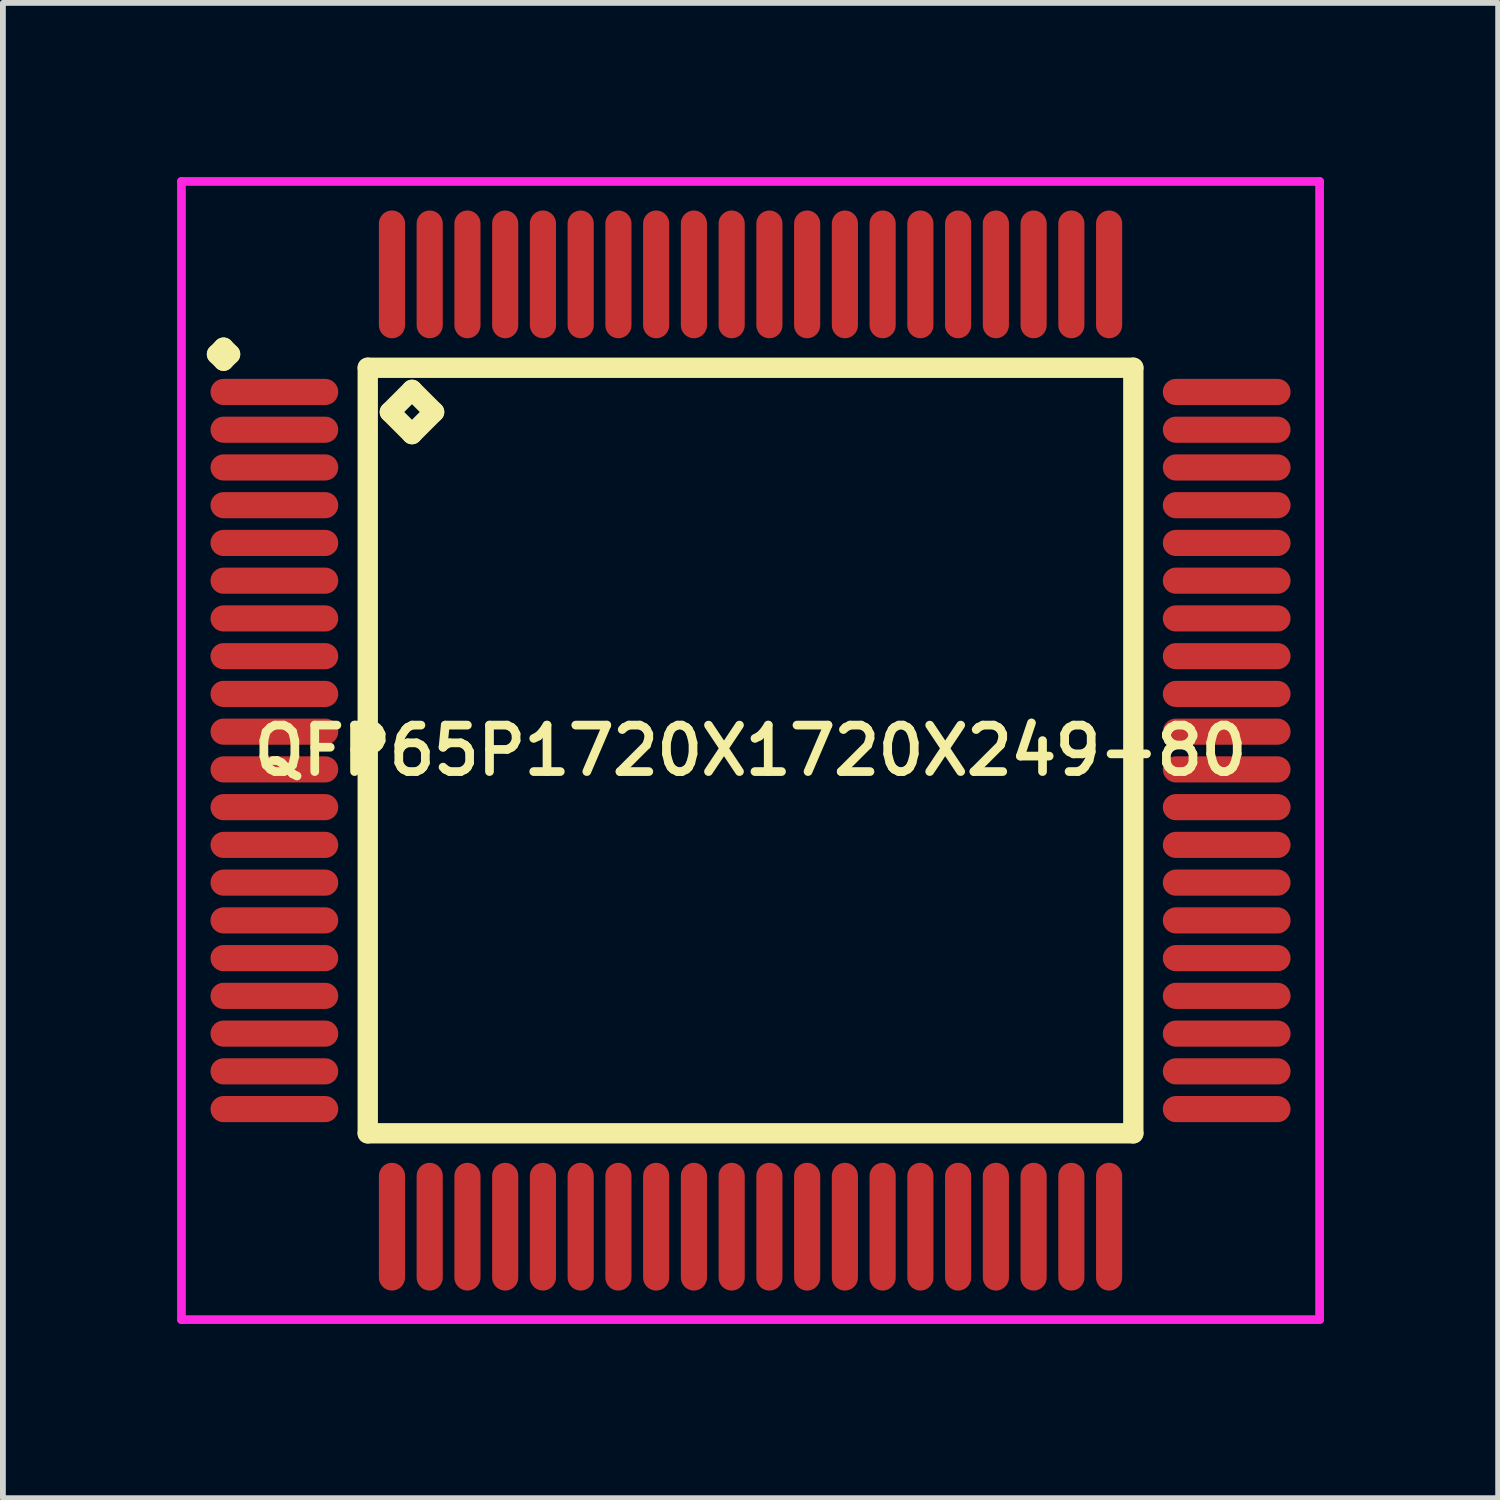
<source format=kicad_pcb>
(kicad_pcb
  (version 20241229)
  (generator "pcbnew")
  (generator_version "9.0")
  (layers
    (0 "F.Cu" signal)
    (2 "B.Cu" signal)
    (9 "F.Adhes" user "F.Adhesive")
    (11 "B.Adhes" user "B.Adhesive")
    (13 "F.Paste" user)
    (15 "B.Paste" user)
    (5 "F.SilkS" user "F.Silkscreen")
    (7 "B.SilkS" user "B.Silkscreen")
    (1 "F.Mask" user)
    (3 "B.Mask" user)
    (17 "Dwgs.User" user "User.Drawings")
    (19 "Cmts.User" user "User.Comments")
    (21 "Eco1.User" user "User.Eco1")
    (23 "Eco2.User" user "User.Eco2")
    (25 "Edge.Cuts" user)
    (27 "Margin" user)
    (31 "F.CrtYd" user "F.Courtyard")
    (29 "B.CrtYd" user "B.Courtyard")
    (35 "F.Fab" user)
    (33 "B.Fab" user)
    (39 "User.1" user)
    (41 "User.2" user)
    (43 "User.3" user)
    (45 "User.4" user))
  (footprint "QFP65P1720X1720X249-80"
    (layer "F.Cu")
    (at 9.875 9.875)
    (property "Reference" "QFP65P1720X1720X249-80" (at 0 0 0) (layer "F.SilkS") (effects (font (size 0.8 0.8) (thickness 0.15))))
    (attr smd)
    (fp_line (start -9.188 -6.825) (end -9.075 -6.938) (stroke (width 0.35) (type solid)) (layer "F.SilkS"))
    (fp_line (start -9.075 -6.938) (end -8.963 -6.825) (stroke (width 0.35) (type solid)) (layer "F.SilkS"))
    (fp_line (start -9.075 -6.713) (end -9.188 -6.825) (stroke (width 0.35) (type solid)) (layer "F.SilkS"))
    (fp_line (start -8.963 -6.825) (end -9.075 -6.713) (stroke (width 0.35) (type solid)) (layer "F.SilkS"))
    (fp_line (start -6.592 -6.592) (end -6.592 6.592) (stroke (width 0.35) (type solid)) (layer "F.SilkS"))
    (fp_line (start -6.592 6.592) (end 6.592 6.592) (stroke (width 0.35) (type solid)) (layer "F.SilkS"))
    (fp_line (start -6.211 -5.83) (end -5.83 -6.211) (stroke (width 0.35) (type solid)) (layer "F.SilkS"))
    (fp_line (start -5.83 -6.211) (end -5.449 -5.83) (stroke (width 0.35) (type solid)) (layer "F.SilkS"))
    (fp_line (start -5.83 -5.449) (end -6.211 -5.83) (stroke (width 0.35) (type solid)) (layer "F.SilkS"))
    (fp_line (start -5.449 -5.83) (end -5.83 -5.449) (stroke (width 0.35) (type solid)) (layer "F.SilkS"))
    (fp_line (start 6.592 -6.592) (end -6.592 -6.592) (stroke (width 0.35) (type solid)) (layer "F.SilkS"))
    (fp_line (start 6.592 6.592) (end 6.592 -6.592) (stroke (width 0.35) (type solid)) (layer "F.SilkS"))
    (fp_line (start -9.8 -9.8) (end 9.8 -9.8) (stroke (width 0.15) (type solid)) (layer "F.CrtYd"))
    (fp_line (start -9.8 9.8) (end -9.8 -9.8) (stroke (width 0.15) (type solid)) (layer "F.CrtYd"))
    (fp_line (start 9.8 -9.8) (end 9.8 9.8) (stroke (width 0.15) (type solid)) (layer "F.CrtYd"))
    (fp_line (start 9.8 9.8) (end -9.8 9.8) (stroke (width 0.15) (type solid)) (layer "F.CrtYd"))
    (pad "1" smd oval (at -8.2 -6.175) (size 2.2 0.45) (layers "F.Cu" "F.Mask" "F.Paste"))
    (pad "2" smd oval (at -8.2 -5.525) (size 2.2 0.45) (layers "F.Cu" "F.Mask" "F.Paste"))
    (pad "3" smd oval (at -8.2 -4.875) (size 2.2 0.45) (layers "F.Cu" "F.Mask" "F.Paste"))
    (pad "4" smd oval (at -8.2 -4.225) (size 2.2 0.45) (layers "F.Cu" "F.Mask" "F.Paste"))
    (pad "5" smd oval (at -8.2 -3.575) (size 2.2 0.45) (layers "F.Cu" "F.Mask" "F.Paste"))
    (pad "6" smd oval (at -8.2 -2.925) (size 2.2 0.45) (layers "F.Cu" "F.Mask" "F.Paste"))
    (pad "7" smd oval (at -8.2 -2.275) (size 2.2 0.45) (layers "F.Cu" "F.Mask" "F.Paste"))
    (pad "8" smd oval (at -8.2 -1.625) (size 2.2 0.45) (layers "F.Cu" "F.Mask" "F.Paste"))
    (pad "9" smd oval (at -8.2 -0.975) (size 2.2 0.45) (layers "F.Cu" "F.Mask" "F.Paste"))
    (pad "10" smd oval (at -8.2 -0.325) (size 2.2 0.45) (layers "F.Cu" "F.Mask" "F.Paste"))
    (pad "11" smd oval (at -8.2 0.325) (size 2.2 0.45) (layers "F.Cu" "F.Mask" "F.Paste"))
    (pad "12" smd oval (at -8.2 0.975) (size 2.2 0.45) (layers "F.Cu" "F.Mask" "F.Paste"))
    (pad "13" smd oval (at -8.2 1.625) (size 2.2 0.45) (layers "F.Cu" "F.Mask" "F.Paste"))
    (pad "14" smd oval (at -8.2 2.275) (size 2.2 0.45) (layers "F.Cu" "F.Mask" "F.Paste"))
    (pad "15" smd oval (at -8.2 2.925) (size 2.2 0.45) (layers "F.Cu" "F.Mask" "F.Paste"))
    (pad "16" smd oval (at -8.2 3.575) (size 2.2 0.45) (layers "F.Cu" "F.Mask" "F.Paste"))
    (pad "17" smd oval (at -8.2 4.225) (size 2.2 0.45) (layers "F.Cu" "F.Mask" "F.Paste"))
    (pad "18" smd oval (at -8.2 4.875) (size 2.2 0.45) (layers "F.Cu" "F.Mask" "F.Paste"))
    (pad "19" smd oval (at -8.2 5.525) (size 2.2 0.45) (layers "F.Cu" "F.Mask" "F.Paste"))
    (pad "20" smd oval (at -8.2 6.175) (size 2.2 0.45) (layers "F.Cu" "F.Mask" "F.Paste"))
    (pad "21" smd oval (at -6.175 8.2) (size 0.45 2.2) (layers "F.Cu" "F.Mask" "F.Paste"))
    (pad "22" smd oval (at -5.525 8.2) (size 0.45 2.2) (layers "F.Cu" "F.Mask" "F.Paste"))
    (pad "23" smd oval (at -4.875 8.2) (size 0.45 2.2) (layers "F.Cu" "F.Mask" "F.Paste"))
    (pad "24" smd oval (at -4.225 8.2) (size 0.45 2.2) (layers "F.Cu" "F.Mask" "F.Paste"))
    (pad "25" smd oval (at -3.575 8.2) (size 0.45 2.2) (layers "F.Cu" "F.Mask" "F.Paste"))
    (pad "26" smd oval (at -2.925 8.2) (size 0.45 2.2) (layers "F.Cu" "F.Mask" "F.Paste"))
    (pad "27" smd oval (at -2.275 8.2) (size 0.45 2.2) (layers "F.Cu" "F.Mask" "F.Paste"))
    (pad "28" smd oval (at -1.625 8.2) (size 0.45 2.2) (layers "F.Cu" "F.Mask" "F.Paste"))
    (pad "29" smd oval (at -0.975 8.2) (size 0.45 2.2) (layers "F.Cu" "F.Mask" "F.Paste"))
    (pad "30" smd oval (at -0.325 8.2) (size 0.45 2.2) (layers "F.Cu" "F.Mask" "F.Paste"))
    (pad "31" smd oval (at 0.325 8.2) (size 0.45 2.2) (layers "F.Cu" "F.Mask" "F.Paste"))
    (pad "32" smd oval (at 0.975 8.2) (size 0.45 2.2) (layers "F.Cu" "F.Mask" "F.Paste"))
    (pad "33" smd oval (at 1.625 8.2) (size 0.45 2.2) (layers "F.Cu" "F.Mask" "F.Paste"))
    (pad "34" smd oval (at 2.275 8.2) (size 0.45 2.2) (layers "F.Cu" "F.Mask" "F.Paste"))
    (pad "35" smd oval (at 2.925 8.2) (size 0.45 2.2) (layers "F.Cu" "F.Mask" "F.Paste"))
    (pad "36" smd oval (at 3.575 8.2) (size 0.45 2.2) (layers "F.Cu" "F.Mask" "F.Paste"))
    (pad "37" smd oval (at 4.225 8.2) (size 0.45 2.2) (layers "F.Cu" "F.Mask" "F.Paste"))
    (pad "38" smd oval (at 4.875 8.2) (size 0.45 2.2) (layers "F.Cu" "F.Mask" "F.Paste"))
    (pad "39" smd oval (at 5.525 8.2) (size 0.45 2.2) (layers "F.Cu" "F.Mask" "F.Paste"))
    (pad "40" smd oval (at 6.175 8.2) (size 0.45 2.2) (layers "F.Cu" "F.Mask" "F.Paste"))
    (pad "41" smd oval (at 8.2 6.175) (size 2.2 0.45) (layers "F.Cu" "F.Mask" "F.Paste"))
    (pad "42" smd oval (at 8.2 5.525) (size 2.2 0.45) (layers "F.Cu" "F.Mask" "F.Paste"))
    (pad "43" smd oval (at 8.2 4.875) (size 2.2 0.45) (layers "F.Cu" "F.Mask" "F.Paste"))
    (pad "44" smd oval (at 8.2 4.225) (size 2.2 0.45) (layers "F.Cu" "F.Mask" "F.Paste"))
    (pad "45" smd oval (at 8.2 3.575) (size 2.2 0.45) (layers "F.Cu" "F.Mask" "F.Paste"))
    (pad "46" smd oval (at 8.2 2.925) (size 2.2 0.45) (layers "F.Cu" "F.Mask" "F.Paste"))
    (pad "47" smd oval (at 8.2 2.275) (size 2.2 0.45) (layers "F.Cu" "F.Mask" "F.Paste"))
    (pad "48" smd oval (at 8.2 1.625) (size 2.2 0.45) (layers "F.Cu" "F.Mask" "F.Paste"))
    (pad "49" smd oval (at 8.2 0.975) (size 2.2 0.45) (layers "F.Cu" "F.Mask" "F.Paste"))
    (pad "50" smd oval (at 8.2 0.325) (size 2.2 0.45) (layers "F.Cu" "F.Mask" "F.Paste"))
    (pad "51" smd oval (at 8.2 -0.325) (size 2.2 0.45) (layers "F.Cu" "F.Mask" "F.Paste"))
    (pad "52" smd oval (at 8.2 -0.975) (size 2.2 0.45) (layers "F.Cu" "F.Mask" "F.Paste"))
    (pad "53" smd oval (at 8.2 -1.625) (size 2.2 0.45) (layers "F.Cu" "F.Mask" "F.Paste"))
    (pad "54" smd oval (at 8.2 -2.275) (size 2.2 0.45) (layers "F.Cu" "F.Mask" "F.Paste"))
    (pad "55" smd oval (at 8.2 -2.925) (size 2.2 0.45) (layers "F.Cu" "F.Mask" "F.Paste"))
    (pad "56" smd oval (at 8.2 -3.575) (size 2.2 0.45) (layers "F.Cu" "F.Mask" "F.Paste"))
    (pad "57" smd oval (at 8.2 -4.225) (size 2.2 0.45) (layers "F.Cu" "F.Mask" "F.Paste"))
    (pad "58" smd oval (at 8.2 -4.875) (size 2.2 0.45) (layers "F.Cu" "F.Mask" "F.Paste"))
    (pad "59" smd oval (at 8.2 -5.525) (size 2.2 0.45) (layers "F.Cu" "F.Mask" "F.Paste"))
    (pad "60" smd oval (at 8.2 -6.175) (size 2.2 0.45) (layers "F.Cu" "F.Mask" "F.Paste"))
    (pad "61" smd oval (at 6.175 -8.2) (size 0.45 2.2) (layers "F.Cu" "F.Mask" "F.Paste"))
    (pad "62" smd oval (at 5.525 -8.2) (size 0.45 2.2) (layers "F.Cu" "F.Mask" "F.Paste"))
    (pad "63" smd oval (at 4.875 -8.2) (size 0.45 2.2) (layers "F.Cu" "F.Mask" "F.Paste"))
    (pad "64" smd oval (at 4.225 -8.2) (size 0.45 2.2) (layers "F.Cu" "F.Mask" "F.Paste"))
    (pad "65" smd oval (at 3.575 -8.2) (size 0.45 2.2) (layers "F.Cu" "F.Mask" "F.Paste"))
    (pad "66" smd oval (at 2.925 -8.2) (size 0.45 2.2) (layers "F.Cu" "F.Mask" "F.Paste"))
    (pad "67" smd oval (at 2.275 -8.2) (size 0.45 2.2) (layers "F.Cu" "F.Mask" "F.Paste"))
    (pad "68" smd oval (at 1.625 -8.2) (size 0.45 2.2) (layers "F.Cu" "F.Mask" "F.Paste"))
    (pad "69" smd oval (at 0.975 -8.2) (size 0.45 2.2) (layers "F.Cu" "F.Mask" "F.Paste"))
    (pad "70" smd oval (at 0.325 -8.2) (size 0.45 2.2) (layers "F.Cu" "F.Mask" "F.Paste"))
    (pad "71" smd oval (at -0.325 -8.2) (size 0.45 2.2) (layers "F.Cu" "F.Mask" "F.Paste"))
    (pad "72" smd oval (at -0.975 -8.2) (size 0.45 2.2) (layers "F.Cu" "F.Mask" "F.Paste"))
    (pad "73" smd oval (at -1.625 -8.2) (size 0.45 2.2) (layers "F.Cu" "F.Mask" "F.Paste"))
    (pad "74" smd oval (at -2.275 -8.2) (size 0.45 2.2) (layers "F.Cu" "F.Mask" "F.Paste"))
    (pad "75" smd oval (at -2.925 -8.2) (size 0.45 2.2) (layers "F.Cu" "F.Mask" "F.Paste"))
    (pad "76" smd oval (at -3.575 -8.2) (size 0.45 2.2) (layers "F.Cu" "F.Mask" "F.Paste"))
    (pad "77" smd oval (at -4.225 -8.2) (size 0.45 2.2) (layers "F.Cu" "F.Mask" "F.Paste"))
    (pad "78" smd oval (at -4.875 -8.2) (size 0.45 2.2) (layers "F.Cu" "F.Mask" "F.Paste"))
    (pad "79" smd oval (at -5.525 -8.2) (size 0.45 2.2) (layers "F.Cu" "F.Mask" "F.Paste"))
    (pad "80" smd oval (at -6.175 -8.2) (size 0.45 2.2) (layers "F.Cu" "F.Mask" "F.Paste")))
  (gr_rect
    (start -3 -3)
    (end 22.75 22.75)
    (stroke (width 0.1) (type default))
    (fill no)
    (layer "Edge.Cuts")))
</source>
